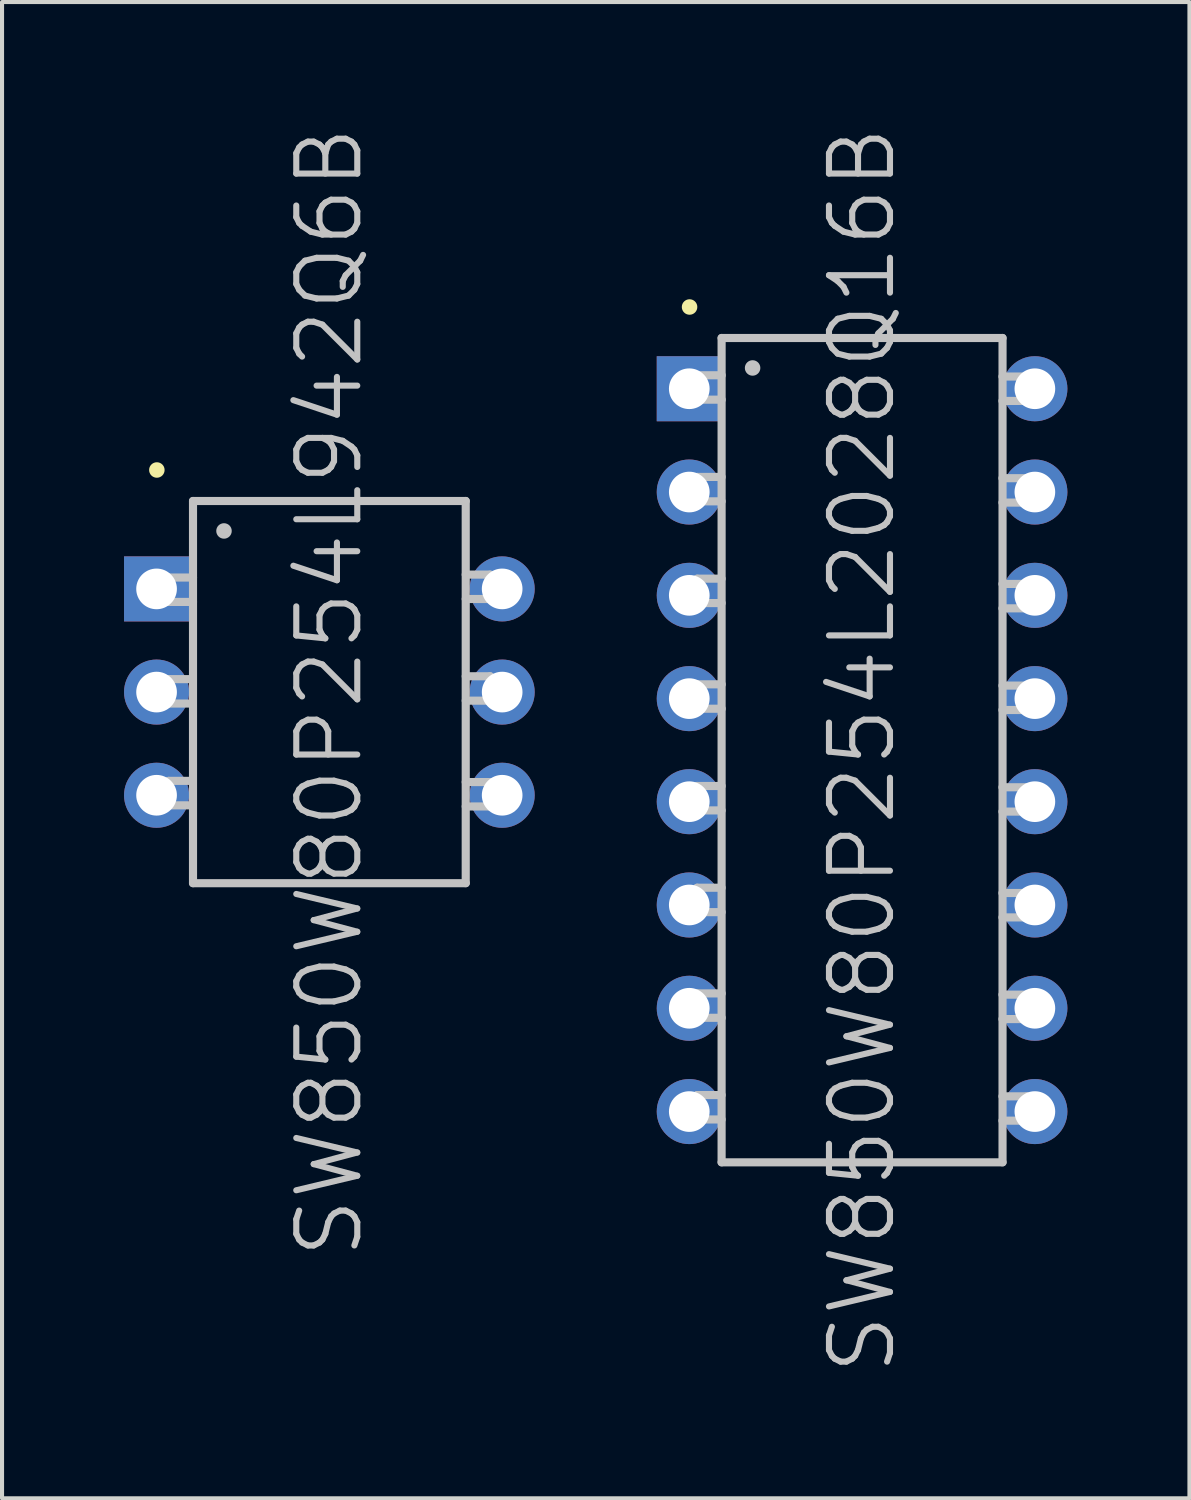
<source format=kicad_pcb>
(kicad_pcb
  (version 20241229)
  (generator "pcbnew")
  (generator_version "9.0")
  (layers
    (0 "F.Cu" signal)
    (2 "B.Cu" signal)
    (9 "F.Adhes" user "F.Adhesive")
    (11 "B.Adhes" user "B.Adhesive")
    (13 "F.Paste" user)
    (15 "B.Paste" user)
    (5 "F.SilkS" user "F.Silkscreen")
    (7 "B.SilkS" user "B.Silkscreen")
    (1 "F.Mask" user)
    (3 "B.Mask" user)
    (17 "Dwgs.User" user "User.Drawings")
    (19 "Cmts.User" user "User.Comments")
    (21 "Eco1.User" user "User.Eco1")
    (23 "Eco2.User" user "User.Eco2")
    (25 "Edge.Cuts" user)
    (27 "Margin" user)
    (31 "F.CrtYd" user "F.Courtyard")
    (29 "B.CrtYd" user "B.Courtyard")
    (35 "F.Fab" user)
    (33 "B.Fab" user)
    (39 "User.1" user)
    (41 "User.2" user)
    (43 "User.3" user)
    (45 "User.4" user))
  (footprint "SW850W80P254L2028Q16B"
    (layer "F.Cu")
    (at 18.148 15.396)
    (property "Reference" "SW850W80P254L2028Q16B" (at 0 0 90) (layer "Dwgs.User") (effects (font (size 1.5 1.5) (thickness 0.15))))
    (attr through_hole)
    (fp_line (start -4.242 -10.897) (end -4.242 -10.897) (stroke (width 0.381) (type solid)) (layer "F.SilkS"))
    (fp_line (start -4.054 -6.718) (end -4.054 -6.119) (stroke (width 0.2) (type solid)) (layer "Dwgs.User"))
    (fp_line (start -4.054 -6.119) (end -3.454 -6.119) (stroke (width 0.2) (type solid)) (layer "Dwgs.User"))
    (fp_line (start -4.054 -4.216) (end -4.054 -3.617) (stroke (width 0.2) (type solid)) (layer "Dwgs.User"))
    (fp_line (start -4.054 -3.617) (end -3.454 -3.617) (stroke (width 0.2) (type solid)) (layer "Dwgs.User"))
    (fp_line (start -4.054 0.881) (end -4.054 1.481) (stroke (width 0.2) (type solid)) (layer "Dwgs.User"))
    (fp_line (start -4.054 1.481) (end -3.454 1.481) (stroke (width 0.2) (type solid)) (layer "Dwgs.User"))
    (fp_line (start -4.054 3.383) (end -4.054 3.983) (stroke (width 0.2) (type solid)) (layer "Dwgs.User"))
    (fp_line (start -4.054 3.983) (end -3.454 3.983) (stroke (width 0.2) (type solid)) (layer "Dwgs.User"))
    (fp_line (start -4.054 8.481) (end -4.054 9.081) (stroke (width 0.2) (type solid)) (layer "Dwgs.User"))
    (fp_line (start -4.054 9.081) (end -3.454 9.081) (stroke (width 0.2) (type solid)) (layer "Dwgs.User"))
    (fp_line (start -4.051 -9.218) (end -4.051 -8.618) (stroke (width 0.2) (type solid)) (layer "Dwgs.User"))
    (fp_line (start -4.051 -8.618) (end -3.452 -8.618) (stroke (width 0.2) (type solid)) (layer "Dwgs.User"))
    (fp_line (start -4.051 -1.618) (end -4.051 -1.019) (stroke (width 0.2) (type solid)) (layer "Dwgs.User"))
    (fp_line (start -4.051 -1.019) (end -3.452 -1.019) (stroke (width 0.2) (type solid)) (layer "Dwgs.User"))
    (fp_line (start -4.051 5.982) (end -4.051 6.581) (stroke (width 0.2) (type solid)) (layer "Dwgs.User"))
    (fp_line (start -4.051 6.581) (end -3.452 6.581) (stroke (width 0.2) (type solid)) (layer "Dwgs.User"))
    (fp_line (start -3.454 -10.135) (end -3.454 10.135) (stroke (width 0.2) (type solid)) (layer "Dwgs.User"))
    (fp_line (start -3.454 -10.135) (end 3.454 -10.135) (stroke (width 0.2) (type solid)) (layer "Dwgs.User"))
    (fp_line (start -3.454 -6.718) (end -4.054 -6.718) (stroke (width 0.2) (type solid)) (layer "Dwgs.User"))
    (fp_line (start -3.454 -4.216) (end -4.054 -4.216) (stroke (width 0.2) (type solid)) (layer "Dwgs.User"))
    (fp_line (start -3.454 0.881) (end -4.054 0.881) (stroke (width 0.2) (type solid)) (layer "Dwgs.User"))
    (fp_line (start -3.454 3.383) (end -4.054 3.383) (stroke (width 0.2) (type solid)) (layer "Dwgs.User"))
    (fp_line (start -3.454 8.481) (end -4.054 8.481) (stroke (width 0.2) (type solid)) (layer "Dwgs.User"))
    (fp_line (start -3.454 10.135) (end 3.454 10.135) (stroke (width 0.2) (type solid)) (layer "Dwgs.User"))
    (fp_line (start -3.452 -9.218) (end -4.051 -9.218) (stroke (width 0.2) (type solid)) (layer "Dwgs.User"))
    (fp_line (start -3.452 -1.618) (end -4.051 -1.618) (stroke (width 0.2) (type solid)) (layer "Dwgs.User"))
    (fp_line (start -3.452 5.982) (end -4.051 5.982) (stroke (width 0.2) (type solid)) (layer "Dwgs.User"))
    (fp_line (start -2.692 -9.398) (end -2.692 -9.398) (stroke (width 0.381) (type solid)) (layer "Dwgs.User"))
    (fp_line (start 3.452 -8.588) (end 4.051 -8.588) (stroke (width 0.2) (type solid)) (layer "Dwgs.User"))
    (fp_line (start 3.452 -6.088) (end 4.051 -6.088) (stroke (width 0.2) (type solid)) (layer "Dwgs.User"))
    (fp_line (start 3.452 -3.487) (end 4.051 -3.487) (stroke (width 0.2) (type solid)) (layer "Dwgs.User"))
    (fp_line (start 3.452 -0.988) (end 4.051 -0.988) (stroke (width 0.2) (type solid)) (layer "Dwgs.User"))
    (fp_line (start 3.452 1.511) (end 4.051 1.511) (stroke (width 0.2) (type solid)) (layer "Dwgs.User"))
    (fp_line (start 3.452 4.112) (end 4.051 4.112) (stroke (width 0.2) (type solid)) (layer "Dwgs.User"))
    (fp_line (start 3.452 6.612) (end 4.051 6.612) (stroke (width 0.2) (type solid)) (layer "Dwgs.User"))
    (fp_line (start 3.452 9.111) (end 4.051 9.111) (stroke (width 0.2) (type solid)) (layer "Dwgs.User"))
    (fp_line (start 3.454 -10.135) (end 3.454 10.135) (stroke (width 0.2) (type solid)) (layer "Dwgs.User"))
    (fp_line (start 4.051 -9.187) (end 3.452 -9.187) (stroke (width 0.2) (type solid)) (layer "Dwgs.User"))
    (fp_line (start 4.051 -8.588) (end 4.051 -9.187) (stroke (width 0.2) (type solid)) (layer "Dwgs.User"))
    (fp_line (start 4.051 -6.688) (end 3.452 -6.688) (stroke (width 0.2) (type solid)) (layer "Dwgs.User"))
    (fp_line (start 4.051 -6.088) (end 4.051 -6.688) (stroke (width 0.2) (type solid)) (layer "Dwgs.User"))
    (fp_line (start 4.051 -4.087) (end 3.452 -4.087) (stroke (width 0.2) (type solid)) (layer "Dwgs.User"))
    (fp_line (start 4.051 -3.487) (end 4.051 -4.087) (stroke (width 0.2) (type solid)) (layer "Dwgs.User"))
    (fp_line (start 4.051 -1.587) (end 3.452 -1.587) (stroke (width 0.2) (type solid)) (layer "Dwgs.User"))
    (fp_line (start 4.051 -0.988) (end 4.051 -1.587) (stroke (width 0.2) (type solid)) (layer "Dwgs.User"))
    (fp_line (start 4.051 0.912) (end 3.452 0.912) (stroke (width 0.2) (type solid)) (layer "Dwgs.User"))
    (fp_line (start 4.051 1.511) (end 4.051 0.912) (stroke (width 0.2) (type solid)) (layer "Dwgs.User"))
    (fp_line (start 4.051 3.513) (end 3.452 3.513) (stroke (width 0.2) (type solid)) (layer "Dwgs.User"))
    (fp_line (start 4.051 4.112) (end 4.051 3.513) (stroke (width 0.2) (type solid)) (layer "Dwgs.User"))
    (fp_line (start 4.051 6.012) (end 3.452 6.012) (stroke (width 0.2) (type solid)) (layer "Dwgs.User"))
    (fp_line (start 4.051 6.612) (end 4.051 6.012) (stroke (width 0.2) (type solid)) (layer "Dwgs.User"))
    (fp_line (start 4.051 8.512) (end 3.452 8.512) (stroke (width 0.2) (type solid)) (layer "Dwgs.User"))
    (fp_line (start 4.051 9.111) (end 4.051 8.512) (stroke (width 0.2) (type solid)) (layer "Dwgs.User"))
    (pad "1" thru_hole rect (at -4.249 -8.887 180) (size 1.6 1.6) (drill 1) (layers "*.Cu" "*.Mask"))
    (pad "2" thru_hole circle (at -4.249 -6.347 180) (size 1.6 1.6) (drill 1) (layers "*.Cu" "*.Mask"))
    (pad "3" thru_hole circle (at -4.249 -3.807 180) (size 1.6 1.6) (drill 1) (layers "*.Cu" "*.Mask"))
    (pad "4" thru_hole circle (at -4.249 -1.267 180) (size 1.6 1.6) (drill 1) (layers "*.Cu" "*.Mask"))
    (pad "5" thru_hole circle (at -4.249 1.267 180) (size 1.6 1.6) (drill 1) (layers "*.Cu" "*.Mask"))
    (pad "6" thru_hole circle (at -4.249 3.807 180) (size 1.6 1.6) (drill 1) (layers "*.Cu" "*.Mask"))
    (pad "7" thru_hole circle (at -4.249 6.347 180) (size 1.6 1.6) (drill 1) (layers "*.Cu" "*.Mask"))
    (pad "8" thru_hole circle (at -4.249 8.887 180) (size 1.6 1.6) (drill 1) (layers "*.Cu" "*.Mask"))
    (pad "9" thru_hole circle (at 4.249 8.887 180) (size 1.6 1.6) (drill 1) (layers "*.Cu" "*.Mask"))
    (pad "10" thru_hole circle (at 4.249 6.347 180) (size 1.6 1.6) (drill 1) (layers "*.Cu" "*.Mask"))
    (pad "11" thru_hole circle (at 4.249 3.807 180) (size 1.6 1.6) (drill 1) (layers "*.Cu" "*.Mask"))
    (pad "12" thru_hole circle (at 4.249 1.267 180) (size 1.6 1.6) (drill 1) (layers "*.Cu" "*.Mask"))
    (pad "13" thru_hole circle (at 4.249 -1.267 180) (size 1.6 1.6) (drill 1) (layers "*.Cu" "*.Mask"))
    (pad "14" thru_hole circle (at 4.249 -3.807 180) (size 1.6 1.6) (drill 1) (layers "*.Cu" "*.Mask"))
    (pad "15" thru_hole circle (at 4.249 -6.347 180) (size 1.6 1.6) (drill 1) (layers "*.Cu" "*.Mask"))
    (pad "16" thru_hole circle (at 4.249 -8.887 180) (size 1.6 1.6) (drill 1) (layers "*.Cu" "*.Mask")))
  (footprint "SW850W80P254L942Q6B"
    (layer "F.Cu")
    (at 5.049 13.968)
    (property "Reference" "SW850W80P254L942Q6B" (at 0 0 90) (layer "Dwgs.User") (effects (font (size 1.5 1.5) (thickness 0.15))))
    (attr through_hole)
    (fp_line (start -4.242 -5.461) (end -4.242 -5.461) (stroke (width 0.381) (type solid)) (layer "F.SilkS"))
    (fp_line (start -3.955 -0.318) (end -3.955 0.282) (stroke (width 0.2) (type solid)) (layer "Dwgs.User"))
    (fp_line (start -3.955 0.282) (end -3.355 0.282) (stroke (width 0.2) (type solid)) (layer "Dwgs.User"))
    (fp_line (start -3.955 2.184) (end -3.955 2.784) (stroke (width 0.2) (type solid)) (layer "Dwgs.User"))
    (fp_line (start -3.955 2.784) (end -3.355 2.784) (stroke (width 0.2) (type solid)) (layer "Dwgs.User"))
    (fp_line (start -3.952 -2.817) (end -3.952 -2.217) (stroke (width 0.2) (type solid)) (layer "Dwgs.User"))
    (fp_line (start -3.952 -2.217) (end -3.353 -2.217) (stroke (width 0.2) (type solid)) (layer "Dwgs.User"))
    (fp_line (start -3.355 -0.318) (end -3.955 -0.318) (stroke (width 0.2) (type solid)) (layer "Dwgs.User"))
    (fp_line (start -3.355 2.184) (end -3.955 2.184) (stroke (width 0.2) (type solid)) (layer "Dwgs.User"))
    (fp_line (start -3.353 -4.699) (end -3.353 4.699) (stroke (width 0.2) (type solid)) (layer "Dwgs.User"))
    (fp_line (start -3.353 -4.699) (end 3.353 -4.699) (stroke (width 0.2) (type solid)) (layer "Dwgs.User"))
    (fp_line (start -3.353 -2.817) (end -3.952 -2.817) (stroke (width 0.2) (type solid)) (layer "Dwgs.User"))
    (fp_line (start -3.353 4.699) (end 3.353 4.699) (stroke (width 0.2) (type solid)) (layer "Dwgs.User"))
    (fp_line (start -2.591 -3.962) (end -2.591 -3.962) (stroke (width 0.381) (type solid)) (layer "Dwgs.User"))
    (fp_line (start 3.353 -4.699) (end 3.353 4.699) (stroke (width 0.2) (type solid)) (layer "Dwgs.User"))
    (fp_line (start 3.353 -2.289) (end 3.952 -2.289) (stroke (width 0.2) (type solid)) (layer "Dwgs.User"))
    (fp_line (start 3.353 0.211) (end 3.952 0.211) (stroke (width 0.2) (type solid)) (layer "Dwgs.User"))
    (fp_line (start 3.353 2.812) (end 3.952 2.812) (stroke (width 0.2) (type solid)) (layer "Dwgs.User"))
    (fp_line (start 3.952 -2.888) (end 3.353 -2.888) (stroke (width 0.2) (type solid)) (layer "Dwgs.User"))
    (fp_line (start 3.952 -2.289) (end 3.952 -2.888) (stroke (width 0.2) (type solid)) (layer "Dwgs.User"))
    (fp_line (start 3.952 -0.389) (end 3.353 -0.389) (stroke (width 0.2) (type solid)) (layer "Dwgs.User"))
    (fp_line (start 3.952 0.211) (end 3.952 -0.389) (stroke (width 0.2) (type solid)) (layer "Dwgs.User"))
    (fp_line (start 3.952 2.212) (end 3.353 2.212) (stroke (width 0.2) (type solid)) (layer "Dwgs.User"))
    (fp_line (start 3.952 2.812) (end 3.952 2.212) (stroke (width 0.2) (type solid)) (layer "Dwgs.User"))
    (pad "1" thru_hole rect (at -4.249 -2.537 180) (size 1.6 1.6) (drill 1) (layers "*.Cu" "*.Mask"))
    (pad "2" thru_hole circle (at -4.249 0 180) (size 1.6 1.6) (drill 1) (layers "*.Cu" "*.Mask"))
    (pad "3" thru_hole circle (at -4.249 2.537 180) (size 1.6 1.6) (drill 1) (layers "*.Cu" "*.Mask"))
    (pad "4" thru_hole circle (at 4.249 2.537 180) (size 1.6 1.6) (drill 1) (layers "*.Cu" "*.Mask"))
    (pad "5" thru_hole circle (at 4.249 0 180) (size 1.6 1.6) (drill 1) (layers "*.Cu" "*.Mask"))
    (pad "6" thru_hole circle (at 4.249 -2.537 180) (size 1.6 1.6) (drill 1) (layers "*.Cu" "*.Mask")))
  (gr_rect
    (start -3 -3)
    (end 26.198 33.793)
    (stroke (width 0.1) (type default))
    (fill no)
    (layer "Edge.Cuts")))
</source>
